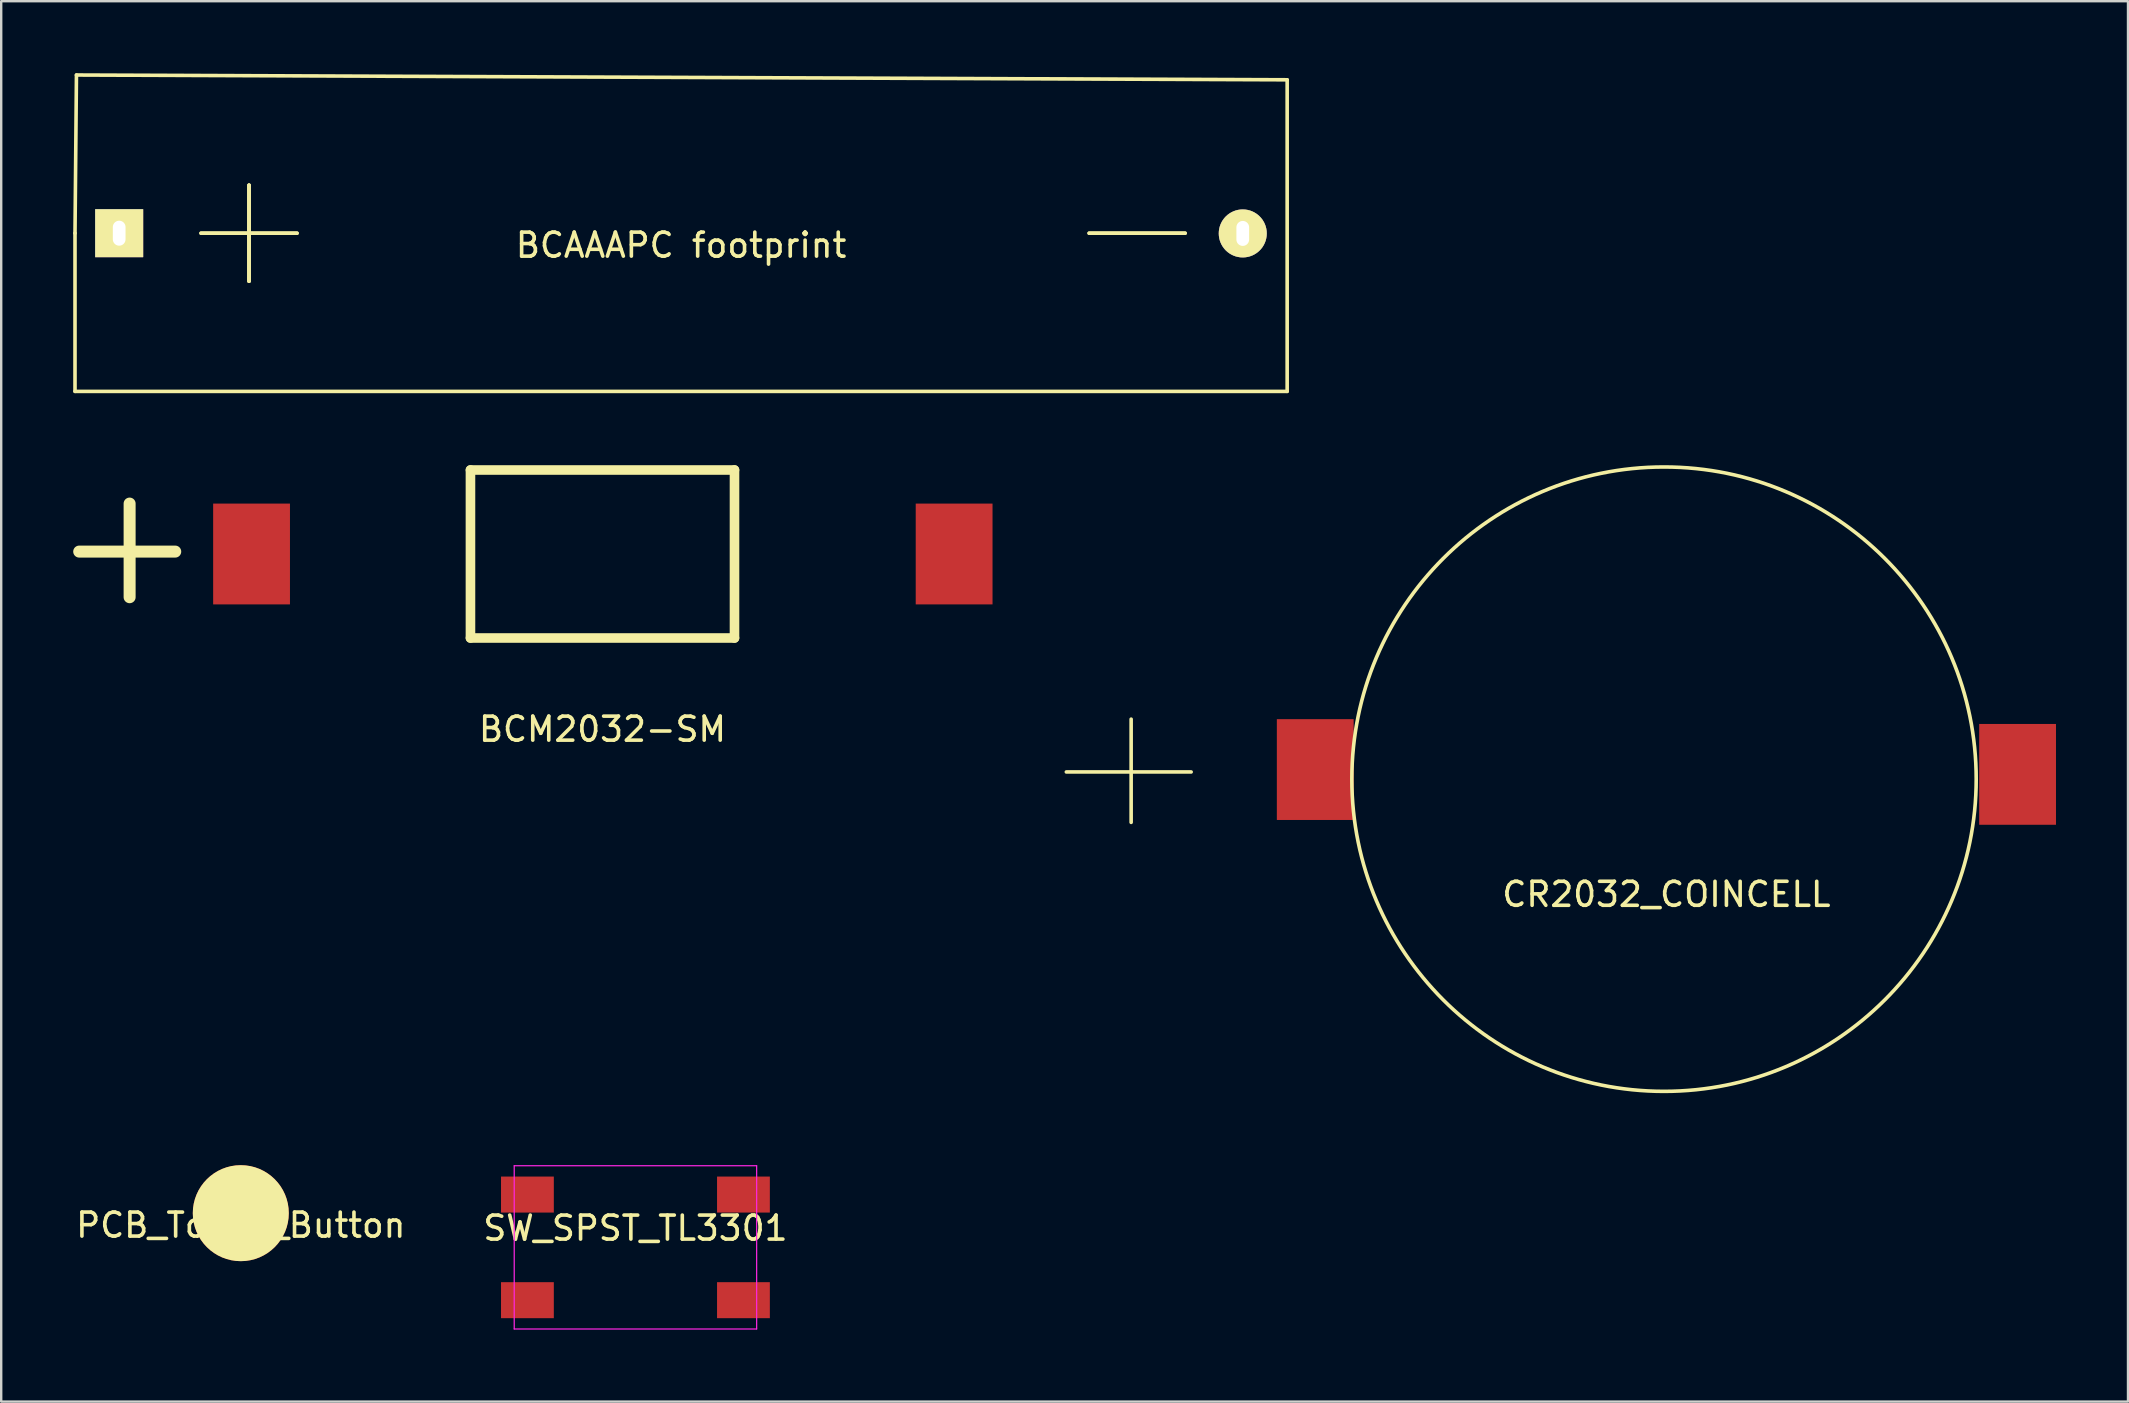
<source format=kicad_pcb>
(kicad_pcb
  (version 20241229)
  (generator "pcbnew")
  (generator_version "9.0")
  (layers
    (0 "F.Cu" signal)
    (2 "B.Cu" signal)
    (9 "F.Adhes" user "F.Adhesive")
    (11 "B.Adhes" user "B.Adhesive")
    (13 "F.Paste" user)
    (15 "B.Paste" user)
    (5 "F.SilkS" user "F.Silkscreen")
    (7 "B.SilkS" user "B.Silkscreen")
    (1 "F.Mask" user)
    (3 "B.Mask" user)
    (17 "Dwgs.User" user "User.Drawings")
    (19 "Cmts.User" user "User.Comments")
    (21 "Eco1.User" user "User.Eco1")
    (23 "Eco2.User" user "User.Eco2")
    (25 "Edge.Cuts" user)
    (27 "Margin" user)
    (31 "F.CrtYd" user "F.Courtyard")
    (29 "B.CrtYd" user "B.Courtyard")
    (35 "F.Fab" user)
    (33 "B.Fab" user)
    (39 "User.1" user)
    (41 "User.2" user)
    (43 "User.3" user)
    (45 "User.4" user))
  (footprint "PCB_Touch_Button"
    (layer "F.Cu")
    (at 9.522 47.492)
    (property "Reference" "PCB_Touch_Button" (at -2.54 0.5 0) (layer "F.SilkS") (effects (font (size 1 1) (thickness 0.15))))
    (attr through_hole)
    (pad "1" smd circle (at -2.54 0) (size 4 4) (layers "F.Cu" "F.SilkS")))
  (footprint "CR2032_COINCELL"
    (layer "F.Cu")
    (at 66.375 29.111)
    (property "Reference" "CR2032_COINCELL" (at 0 5.1 0) (layer "F.SilkS") (effects (font (size 1 1) (thickness 0.15))))
    (attr through_hole)
    (fp_line (start -25 0) (end -19.8 0) (stroke (width 0.15) (type solid)) (layer "F.SilkS"))
    (fp_line (start -22.3 -2.2) (end -22.3 2.1) (stroke (width 0.15) (type solid)) (layer "F.SilkS"))
    (fp_circle (center -0.1 0.3) (end 12.9 -0.1) (stroke (width 0.15) (type solid)) (fill no) (layer "F.SilkS"))
    (pad "1" smd rect (at -14.63 -0.1) (size 3.2 4.2) (layers "F.Cu" "F.Mask" "F.Paste"))
    (pad "2" smd rect (at 14.63 0.1) (size 3.2 4.2) (layers "F.Cu" "F.Mask" "F.Paste")))
  (footprint "SW_SPST_TL3301"
    (layer "F.Cu")
    (at 23.423 48.917)
    (property "Reference" "SW_SPST_TL3301" (at 0 -0.8 0) (layer "F.SilkS") (effects (font (size 1 1) (thickness 0.15))))
    (attr through_hole)
    (fp_line (start -5.05 -3.4) (end -5.05 3.4) (stroke (width 0.05) (type solid)) (layer "F.CrtYd"))
    (fp_line (start -5.05 -3.4) (end 5.05 -3.4) (stroke (width 0.05) (type solid)) (layer "F.CrtYd"))
    (fp_line (start -5.05 3.4) (end 5.05 3.4) (stroke (width 0.05) (type solid)) (layer "F.CrtYd"))
    (fp_line (start 5.05 3.4) (end 5.05 -3.4) (stroke (width 0.05) (type solid)) (layer "F.CrtYd"))
    (pad "1" smd rect (at -4.5 -2.2) (size 2.2 1.5) (layers "F.Cu" "F.Mask" "F.Paste"))
    (pad "2" smd rect (at 4.5 -2.2) (size 2.2 1.5) (layers "F.Cu" "F.Mask" "F.Paste"))
    (pad "3" smd rect (at -4.5 2.2) (size 2.2 1.5) (layers "F.Cu" "F.Mask" "F.Paste"))
    (pad "4" smd rect (at 4.5 2.2) (size 2.2 1.5) (layers "F.Cu" "F.Mask" "F.Paste")))
  (footprint "BCM2032-SM"
    (layer "F.Cu")
    (at 22.05 20.03)
    (property "Reference" "BCM2032-SM" (at 0 7.3 0) (layer "F.SilkS") (effects (font (size 1 1) (thickness 0.15))))
    (attr through_hole)
    (fp_line (start -21.8 -0.1) (end -17.8 -0.1) (stroke (width 0.5) (type solid)) (layer "F.SilkS"))
    (fp_line (start -19.7 -2.1) (end -19.7 1.8) (stroke (width 0.5) (type solid)) (layer "F.SilkS"))
    (fp_line (start -5.5 -3.5) (end -5.5 3.5) (stroke (width 0.4) (type solid)) (layer "F.SilkS"))
    (fp_line (start -5.5 -3.5) (end 5.5 -3.5) (stroke (width 0.4) (type solid)) (layer "F.SilkS"))
    (fp_line (start -5.5 3.5) (end 5.5 3.5) (stroke (width 0.4) (type solid)) (layer "F.SilkS"))
    (fp_line (start 5.5 3.5) (end 5.5 -3.5) (stroke (width 0.4) (type solid)) (layer "F.SilkS"))
    (pad "1" smd rect (at -14.62 0) (size 3.2 4.2) (layers "F.Cu" "F.Mask" "F.Paste"))
    (pad "2" smd rect (at 14.65 0) (size 3.2 4.2) (layers "F.Cu" "F.Mask" "F.Paste")))
  (footprint "BCAAAPC footprint"
    (layer "F.Cu")
    (at 25.325 6.665)
    (property "Reference" "BCAAAPC footprint" (at 0 0.5 0) (layer "F.SilkS") (effects (font (size 1 1) (thickness 0.15))))
    (attr through_hole)
    (fp_line (start -25.25 0) (end -25.19 -6.59) (stroke (width 0.15) (type solid)) (layer "F.SilkS"))
    (fp_line (start -25.25 6.59) (end -25.25 0) (stroke (width 0.15) (type solid)) (layer "F.SilkS"))
    (fp_line (start -25.19 -6.59) (end 25.25 -6.39) (stroke (width 0.15) (type solid)) (layer "F.SilkS"))
    (fp_line (start -20 0) (end -16 0) (stroke (width 0.15) (type solid)) (layer "F.SilkS"))
    (fp_line (start -18 -2) (end -18 2) (stroke (width 0.15) (type solid)) (layer "F.SilkS"))
    (fp_line (start -18 -2) (end -18 2) (stroke (width 0.15) (type solid)) (layer "F.SilkS"))
    (fp_line (start -18 2) (end -18 -2) (stroke (width 0.15) (type solid)) (layer "F.SilkS"))
    (fp_line (start -16 0) (end -20 0) (stroke (width 0.15) (type solid)) (layer "F.SilkS"))
    (fp_line (start 17 0) (end 21 0) (stroke (width 0.15) (type solid)) (layer "F.SilkS"))
    (fp_line (start 21 0) (end 17 0) (stroke (width 0.15) (type solid)) (layer "F.SilkS"))
    (fp_line (start 25.25 -6.39) (end 25.25 6.59) (stroke (width 0.15) (type solid)) (layer "F.SilkS"))
    (fp_line (start 25.25 6.59) (end -25.25 6.59) (stroke (width 0.15) (type solid)) (layer "F.SilkS"))
    (pad "1" thru_hole rect (at -23.41 0) (size 2 2) (drill oval 0.53 1.04) (layers "*.Cu" "*.Mask" "F.SilkS"))
    (pad "2" thru_hole circle (at 23.4 0.01) (size 2 2) (drill oval 0.53 1.04) (layers "*.Cu" "*.Mask" "F.SilkS")))
  (gr_rect
    (start -3 -3)
    (end 85.605 55.342)
    (stroke (width 0.1) (type default))
    (fill no)
    (layer "Edge.Cuts")))
</source>
